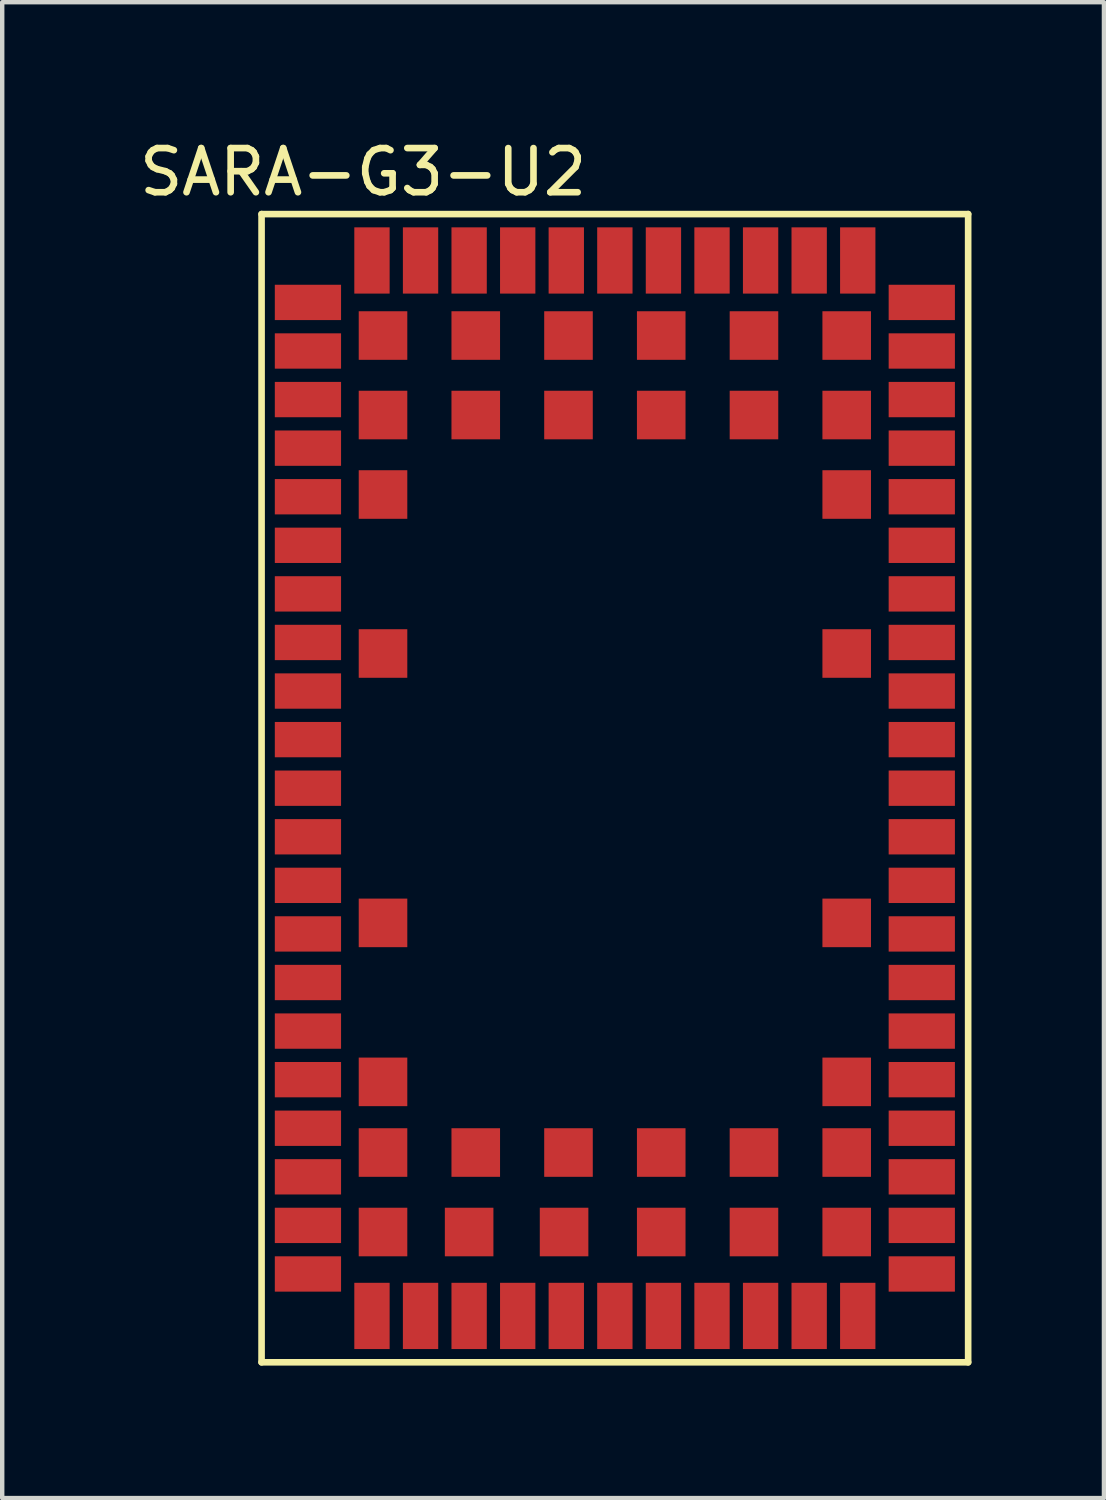
<source format=kicad_pcb>
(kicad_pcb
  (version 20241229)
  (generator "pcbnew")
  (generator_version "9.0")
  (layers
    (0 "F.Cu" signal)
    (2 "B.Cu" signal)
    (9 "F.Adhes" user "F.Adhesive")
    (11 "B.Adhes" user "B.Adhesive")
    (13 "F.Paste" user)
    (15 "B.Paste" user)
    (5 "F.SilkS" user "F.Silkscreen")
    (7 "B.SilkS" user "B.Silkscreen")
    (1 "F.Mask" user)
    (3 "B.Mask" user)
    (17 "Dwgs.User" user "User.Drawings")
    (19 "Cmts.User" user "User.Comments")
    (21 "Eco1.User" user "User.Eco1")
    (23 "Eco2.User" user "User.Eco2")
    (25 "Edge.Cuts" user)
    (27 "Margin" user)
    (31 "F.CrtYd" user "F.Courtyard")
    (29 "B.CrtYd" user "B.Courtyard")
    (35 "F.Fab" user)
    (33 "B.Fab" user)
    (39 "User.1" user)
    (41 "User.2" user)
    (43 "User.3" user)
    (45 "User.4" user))
  (footprint "SARA-G3-U2"
    (layer "F.Cu")
    (at 10.873 14.798)
    (property "Reference" "SARA-G3-U2" (at -5.7 -13.95 0) (layer "F.SilkS") (effects (font (size 1 1) (thickness 0.15))))
    (attr through_hole)
    (fp_line (start -8 -13) (end -8 13) (stroke (width 0.15) (type solid)) (layer "F.SilkS"))
    (fp_line (start -8 13) (end 8 13) (stroke (width 0.15) (type solid)) (layer "F.SilkS"))
    (fp_line (start 8 -13) (end -8 -13) (stroke (width 0.15) (type solid)) (layer "F.SilkS"))
    (fp_line (start 8 13) (end 8 -13) (stroke (width 0.15) (type solid)) (layer "F.SilkS"))
    (pad "1" smd rect (at -6.95 -11) (size 1.5 0.8) (layers "F.Cu" "F.Mask" "F.Paste"))
    (pad "2" smd rect (at -6.95 -9.9) (size 1.5 0.8) (layers "F.Cu" "F.Mask" "F.Paste"))
    (pad "3" smd rect (at -6.95 -8.8) (size 1.5 0.8) (layers "F.Cu" "F.Mask" "F.Paste"))
    (pad "4" smd rect (at -6.95 -7.7) (size 1.5 0.8) (layers "F.Cu" "F.Mask" "F.Paste"))
    (pad "5" smd rect (at -6.95 -6.6) (size 1.5 0.8) (layers "F.Cu" "F.Mask" "F.Paste"))
    (pad "6" smd rect (at -6.95 -5.5) (size 1.5 0.8) (layers "F.Cu" "F.Mask" "F.Paste"))
    (pad "7" smd rect (at -6.95 -4.4) (size 1.5 0.8) (layers "F.Cu" "F.Mask" "F.Paste"))
    (pad "8" smd rect (at -6.95 -3.3) (size 1.5 0.8) (layers "F.Cu" "F.Mask" "F.Paste"))
    (pad "9" smd rect (at -6.95 -2.2) (size 1.5 0.8) (layers "F.Cu" "F.Mask" "F.Paste"))
    (pad "10" smd rect (at -6.95 -1.1) (size 1.5 0.8) (layers "F.Cu" "F.Mask" "F.Paste"))
    (pad "11" smd rect (at -6.95 0) (size 1.5 0.8) (layers "F.Cu" "F.Mask" "F.Paste"))
    (pad "12" smd rect (at -6.95 1.1) (size 1.5 0.8) (layers "F.Cu" "F.Mask" "F.Paste"))
    (pad "13" smd rect (at -6.95 2.2) (size 1.5 0.8) (layers "F.Cu" "F.Mask" "F.Paste"))
    (pad "14" smd rect (at -6.95 3.3) (size 1.5 0.8) (layers "F.Cu" "F.Mask" "F.Paste"))
    (pad "15" smd rect (at -6.95 4.4) (size 1.5 0.8) (layers "F.Cu" "F.Mask" "F.Paste"))
    (pad "16" smd rect (at -6.95 5.5) (size 1.5 0.8) (layers "F.Cu" "F.Mask" "F.Paste"))
    (pad "17" smd rect (at -6.95 6.6) (size 1.5 0.8) (layers "F.Cu" "F.Mask" "F.Paste"))
    (pad "18" smd rect (at -6.95 7.7) (size 1.5 0.8) (layers "F.Cu" "F.Mask" "F.Paste"))
    (pad "19" smd rect (at -6.95 8.8) (size 1.5 0.8) (layers "F.Cu" "F.Mask" "F.Paste"))
    (pad "20" smd rect (at -6.95 9.9) (size 1.5 0.8) (layers "F.Cu" "F.Mask" "F.Paste"))
    (pad "21" smd rect (at -6.95 11) (size 1.5 0.8) (layers "F.Cu" "F.Mask" "F.Paste"))
    (pad "22" smd rect (at -5.5 11.95) (size 0.8 1.5) (layers "F.Cu" "F.Mask" "F.Paste"))
    (pad "23" smd rect (at -4.4 11.95) (size 0.8 1.5) (layers "F.Cu" "F.Mask" "F.Paste"))
    (pad "24" smd rect (at -3.3 11.95) (size 0.8 1.5) (layers "F.Cu" "F.Mask" "F.Paste"))
    (pad "25" smd rect (at -2.2 11.95) (size 0.8 1.5) (layers "F.Cu" "F.Mask" "F.Paste"))
    (pad "26" smd rect (at -1.1 11.95) (size 0.8 1.5) (layers "F.Cu" "F.Mask" "F.Paste"))
    (pad "27" smd rect (at 0 11.95) (size 0.8 1.5) (layers "F.Cu" "F.Mask" "F.Paste"))
    (pad "28" smd rect (at 1.1 11.95) (size 0.8 1.5) (layers "F.Cu" "F.Mask" "F.Paste"))
    (pad "29" smd rect (at 2.2 11.95) (size 0.8 1.5) (layers "F.Cu" "F.Mask" "F.Paste"))
    (pad "30" smd rect (at 3.3 11.95) (size 0.8 1.5) (layers "F.Cu" "F.Mask" "F.Paste"))
    (pad "31" smd rect (at 4.4 11.95) (size 0.8 1.5) (layers "F.Cu" "F.Mask" "F.Paste"))
    (pad "32" smd rect (at 5.5 11.95) (size 0.8 1.5) (layers "F.Cu" "F.Mask" "F.Paste"))
    (pad "33" smd rect (at 6.95 11) (size 1.5 0.8) (layers "F.Cu" "F.Mask" "F.Paste"))
    (pad "34" smd rect (at 6.95 9.9) (size 1.5 0.8) (layers "F.Cu" "F.Mask" "F.Paste"))
    (pad "35" smd rect (at 6.95 8.8) (size 1.5 0.8) (layers "F.Cu" "F.Mask" "F.Paste"))
    (pad "36" smd rect (at 6.95 7.7) (size 1.5 0.8) (layers "F.Cu" "F.Mask" "F.Paste"))
    (pad "37" smd rect (at 6.95 6.6) (size 1.5 0.8) (layers "F.Cu" "F.Mask" "F.Paste"))
    (pad "38" smd rect (at 6.95 5.5) (size 1.5 0.8) (layers "F.Cu" "F.Mask" "F.Paste"))
    (pad "39" smd rect (at 6.95 4.4) (size 1.5 0.8) (layers "F.Cu" "F.Mask" "F.Paste"))
    (pad "40" smd rect (at 6.95 3.3) (size 1.5 0.8) (layers "F.Cu" "F.Mask" "F.Paste"))
    (pad "41" smd rect (at 6.95 2.2) (size 1.5 0.8) (layers "F.Cu" "F.Mask" "F.Paste"))
    (pad "42" smd rect (at 6.95 1.1) (size 1.5 0.8) (layers "F.Cu" "F.Mask" "F.Paste"))
    (pad "43" smd rect (at 6.95 0) (size 1.5 0.8) (layers "F.Cu" "F.Mask" "F.Paste"))
    (pad "44" smd rect (at 6.95 -1.1) (size 1.5 0.8) (layers "F.Cu" "F.Mask" "F.Paste"))
    (pad "45" smd rect (at 6.95 -2.2) (size 1.5 0.8) (layers "F.Cu" "F.Mask" "F.Paste"))
    (pad "46" smd rect (at 6.95 -3.3) (size 1.5 0.8) (layers "F.Cu" "F.Mask" "F.Paste"))
    (pad "47" smd rect (at 6.95 -4.4) (size 1.5 0.8) (layers "F.Cu" "F.Mask" "F.Paste"))
    (pad "48" smd rect (at 6.95 -5.5) (size 1.5 0.8) (layers "F.Cu" "F.Mask" "F.Paste"))
    (pad "49" smd rect (at 6.95 -6.6) (size 1.5 0.8) (layers "F.Cu" "F.Mask" "F.Paste"))
    (pad "50" smd rect (at 6.95 -7.7) (size 1.5 0.8) (layers "F.Cu" "F.Mask" "F.Paste"))
    (pad "51" smd rect (at 6.95 -8.8) (size 1.5 0.8) (layers "F.Cu" "F.Mask" "F.Paste"))
    (pad "52" smd rect (at 6.95 -9.9) (size 1.5 0.8) (layers "F.Cu" "F.Mask" "F.Paste"))
    (pad "53" smd rect (at 6.95 -11) (size 1.5 0.8) (layers "F.Cu" "F.Mask" "F.Paste"))
    (pad "54" smd rect (at 5.5 -11.95) (size 0.8 1.5) (layers "F.Cu" "F.Mask" "F.Paste"))
    (pad "55" smd rect (at 4.4 -11.95) (size 0.8 1.5) (layers "F.Cu" "F.Mask" "F.Paste"))
    (pad "56" smd rect (at 3.3 -11.95) (size 0.8 1.5) (layers "F.Cu" "F.Mask" "F.Paste"))
    (pad "57" smd rect (at 2.2 -11.95) (size 0.8 1.5) (layers "F.Cu" "F.Mask" "F.Paste"))
    (pad "58" smd rect (at 1.1 -11.95) (size 0.8 1.5) (layers "F.Cu" "F.Mask" "F.Paste"))
    (pad "59" smd rect (at 0 -11.95) (size 0.8 1.5) (layers "F.Cu" "F.Mask" "F.Paste"))
    (pad "60" smd rect (at -1.1 -11.95) (size 0.8 1.5) (layers "F.Cu" "F.Mask" "F.Paste"))
    (pad "61" smd rect (at -2.2 -11.95) (size 0.8 1.5) (layers "F.Cu" "F.Mask" "F.Paste"))
    (pad "62" smd rect (at -3.3 -11.95) (size 0.8 1.5) (layers "F.Cu" "F.Mask" "F.Paste"))
    (pad "63" smd rect (at -4.4 -11.95) (size 0.8 1.5) (layers "F.Cu" "F.Mask" "F.Paste"))
    (pad "64" smd rect (at -5.5 -11.95) (size 0.8 1.5) (layers "F.Cu" "F.Mask" "F.Paste"))
    (pad "65" smd rect (at -5.25 -10.25) (size 1.1 1.1) (layers "F.Cu" "F.Mask" "F.Paste"))
    (pad "66" smd rect (at -3.15 -10.25) (size 1.1 1.1) (layers "F.Cu" "F.Mask" "F.Paste"))
    (pad "67" smd rect (at -1.05 -10.25) (size 1.1 1.1) (layers "F.Cu" "F.Mask" "F.Paste"))
    (pad "68" smd rect (at 1.05 -10.25) (size 1.1 1.1) (layers "F.Cu" "F.Mask" "F.Paste"))
    (pad "69" smd rect (at 3.15 -10.25) (size 1.1 1.1) (layers "F.Cu" "F.Mask" "F.Paste"))
    (pad "70" smd rect (at 5.25 -10.25) (size 1.1 1.1) (layers "F.Cu" "F.Mask" "F.Paste"))
    (pad "71" smd rect (at -5.25 -8.45) (size 1.1 1.1) (layers "F.Cu" "F.Mask" "F.Paste"))
    (pad "72" smd rect (at -3.15 -8.45) (size 1.1 1.1) (layers "F.Cu" "F.Mask" "F.Paste"))
    (pad "73" smd rect (at -1.05 -8.45) (size 1.1 1.1) (layers "F.Cu" "F.Mask" "F.Paste"))
    (pad "74" smd rect (at 1.05 -8.45) (size 1.1 1.1) (layers "F.Cu" "F.Mask" "F.Paste"))
    (pad "75" smd rect (at 3.15 -8.45) (size 1.1 1.1) (layers "F.Cu" "F.Mask" "F.Paste"))
    (pad "76" smd rect (at 5.25 -8.45) (size 1.1 1.1) (layers "F.Cu" "F.Mask" "F.Paste"))
    (pad "77" smd rect (at -5.25 -6.65) (size 1.1 1.1) (layers "F.Cu" "F.Mask" "F.Paste"))
    (pad "78" smd rect (at 5.25 -6.65) (size 1.1 1.1) (layers "F.Cu" "F.Mask" "F.Paste"))
    (pad "79" smd rect (at -5.25 -3.05) (size 1.1 1.1) (layers "F.Cu" "F.Mask" "F.Paste"))
    (pad "80" smd rect (at 5.25 -3.05) (size 1.1 1.1) (layers "F.Cu" "F.Mask" "F.Paste"))
    (pad "81" smd rect (at -5.25 3.05) (size 1.1 1.1) (layers "F.Cu" "F.Mask" "F.Paste"))
    (pad "82" smd rect (at 5.25 3.05) (size 1.1 1.1) (layers "F.Cu" "F.Mask" "F.Paste"))
    (pad "83" smd rect (at -5.25 6.65) (size 1.1 1.1) (layers "F.Cu" "F.Mask" "F.Paste"))
    (pad "84" smd rect (at 5.25 6.65) (size 1.1 1.1) (layers "F.Cu" "F.Mask" "F.Paste"))
    (pad "85" smd rect (at -5.25 8.25) (size 1.1 1.1) (layers "F.Cu" "F.Mask" "F.Paste"))
    (pad "86" smd rect (at -3.15 8.25) (size 1.1 1.1) (layers "F.Cu" "F.Mask" "F.Paste"))
    (pad "87" smd rect (at -1.05 8.25) (size 1.1 1.1) (layers "F.Cu" "F.Mask" "F.Paste"))
    (pad "88" smd rect (at 1.05 8.25) (size 1.1 1.1) (layers "F.Cu" "F.Mask" "F.Paste"))
    (pad "89" smd rect (at 3.15 8.25) (size 1.1 1.1) (layers "F.Cu" "F.Mask" "F.Paste"))
    (pad "90" smd rect (at 5.25 8.25) (size 1.1 1.1) (layers "F.Cu" "F.Mask" "F.Paste"))
    (pad "91" smd rect (at -5.25 10.05) (size 1.1 1.1) (layers "F.Cu" "F.Mask" "F.Paste"))
    (pad "92" smd rect (at -3.3 10.05) (size 1.1 1.1) (layers "F.Cu" "F.Mask" "F.Paste"))
    (pad "93" smd rect (at -1.15 10.05) (size 1.1 1.1) (layers "F.Cu" "F.Mask" "F.Paste"))
    (pad "94" smd rect (at 1.05 10.05) (size 1.1 1.1) (layers "F.Cu" "F.Mask" "F.Paste"))
    (pad "95" smd rect (at 3.15 10.05) (size 1.1 1.1) (layers "F.Cu" "F.Mask" "F.Paste"))
    (pad "96" smd rect (at 5.25 10.05) (size 1.1 1.1) (layers "F.Cu" "F.Mask" "F.Paste")))
  (gr_rect
    (start -3 -3)
    (end 21.948 30.873)
    (stroke (width 0.1) (type default))
    (fill no)
    (layer "Edge.Cuts")))
</source>
